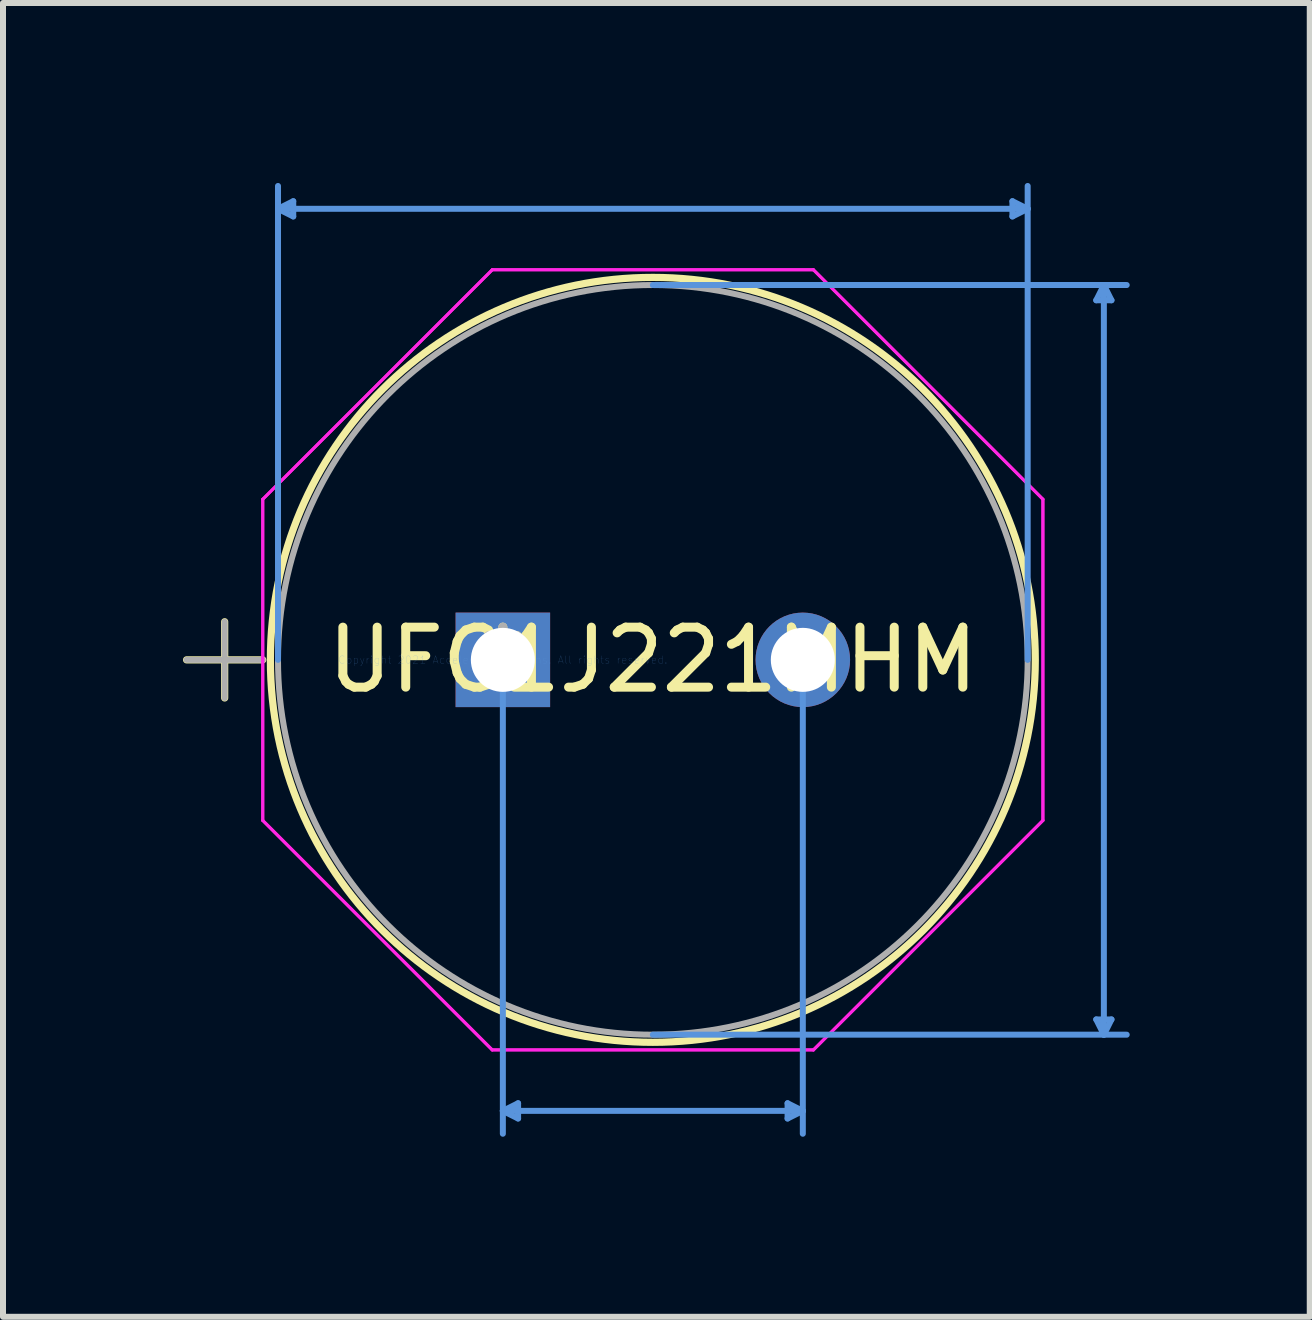
<source format=kicad_pcb>
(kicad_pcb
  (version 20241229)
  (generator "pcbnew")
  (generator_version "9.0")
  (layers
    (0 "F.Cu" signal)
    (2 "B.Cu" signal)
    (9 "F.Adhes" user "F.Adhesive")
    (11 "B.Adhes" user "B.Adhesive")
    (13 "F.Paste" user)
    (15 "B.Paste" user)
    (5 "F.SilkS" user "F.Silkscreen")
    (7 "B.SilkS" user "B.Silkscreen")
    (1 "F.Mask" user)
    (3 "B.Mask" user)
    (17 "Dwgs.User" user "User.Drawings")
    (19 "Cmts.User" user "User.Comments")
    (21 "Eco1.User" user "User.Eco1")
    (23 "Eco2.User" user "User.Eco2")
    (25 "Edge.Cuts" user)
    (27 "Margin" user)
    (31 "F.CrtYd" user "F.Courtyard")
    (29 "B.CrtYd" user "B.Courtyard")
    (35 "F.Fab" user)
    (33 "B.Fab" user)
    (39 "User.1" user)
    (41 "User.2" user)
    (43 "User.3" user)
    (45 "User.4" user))
  (footprint "UFG1J221MHM"
    (layer "F.Cu")
    (at 5.332 7.949)
    (property "Reference" "UFG1J221MHM" (at 2.5 0 0) (layer "F.SilkS") (effects (font (size 1 1) (thickness 0.15))))
    (attr through_hole)
    (fp_line (start -5.272 0) (end -4.002 0) (stroke (width 0.12) (type solid)) (layer "F.SilkS"))
    (fp_line (start -4.637 -0.635) (end -4.637 0.635) (stroke (width 0.12) (type solid)) (layer "F.SilkS"))
    (fp_circle (center 2.5 0) (end 8.875 0) (stroke (width 0.12) (type solid)) (fill no) (layer "F.SilkS"))
    (fp_line (start -3.748 -7.518) (end -3.494 -7.645) (stroke (width 0.1) (type solid)) (layer "Cmts.User"))
    (fp_line (start -3.748 -7.518) (end -3.494 -7.391) (stroke (width 0.1) (type solid)) (layer "Cmts.User"))
    (fp_line (start -3.748 -7.518) (end 8.748 -7.518) (stroke (width 0.1) (type solid)) (layer "Cmts.User"))
    (fp_line (start -3.748 0) (end -3.748 -7.899) (stroke (width 0.1) (type solid)) (layer "Cmts.User"))
    (fp_line (start -3.494 -7.645) (end -3.494 -7.391) (stroke (width 0.1) (type solid)) (layer "Cmts.User"))
    (fp_line (start 0 0) (end 0 7.899) (stroke (width 0.1) (type solid)) (layer "Cmts.User"))
    (fp_line (start 0 7.518) (end 0.254 7.391) (stroke (width 0.1) (type solid)) (layer "Cmts.User"))
    (fp_line (start 0 7.518) (end 0.254 7.645) (stroke (width 0.1) (type solid)) (layer "Cmts.User"))
    (fp_line (start 0 7.518) (end 5 7.518) (stroke (width 0.1) (type solid)) (layer "Cmts.User"))
    (fp_line (start 0.254 7.391) (end 0.254 7.645) (stroke (width 0.1) (type solid)) (layer "Cmts.User"))
    (fp_line (start 2.5 -6.248) (end 10.399 -6.248) (stroke (width 0.1) (type solid)) (layer "Cmts.User"))
    (fp_line (start 2.5 6.248) (end 10.399 6.248) (stroke (width 0.1) (type solid)) (layer "Cmts.User"))
    (fp_line (start 4.746 7.391) (end 4.746 7.645) (stroke (width 0.1) (type solid)) (layer "Cmts.User"))
    (fp_line (start 5 0) (end 5 7.899) (stroke (width 0.1) (type solid)) (layer "Cmts.User"))
    (fp_line (start 5 7.518) (end 4.746 7.391) (stroke (width 0.1) (type solid)) (layer "Cmts.User"))
    (fp_line (start 5 7.518) (end 4.746 7.645) (stroke (width 0.1) (type solid)) (layer "Cmts.User"))
    (fp_line (start 8.494 -7.645) (end 8.494 -7.391) (stroke (width 0.1) (type solid)) (layer "Cmts.User"))
    (fp_line (start 8.748 -7.518) (end 8.494 -7.645) (stroke (width 0.1) (type solid)) (layer "Cmts.User"))
    (fp_line (start 8.748 -7.518) (end 8.494 -7.391) (stroke (width 0.1) (type solid)) (layer "Cmts.User"))
    (fp_line (start 8.748 0) (end 8.748 -7.899) (stroke (width 0.1) (type solid)) (layer "Cmts.User"))
    (fp_line (start 9.891 -5.994) (end 10.145 -5.994) (stroke (width 0.1) (type solid)) (layer "Cmts.User"))
    (fp_line (start 9.891 5.994) (end 10.145 5.994) (stroke (width 0.1) (type solid)) (layer "Cmts.User"))
    (fp_line (start 10.018 -6.248) (end 9.891 -5.994) (stroke (width 0.1) (type solid)) (layer "Cmts.User"))
    (fp_line (start 10.018 -6.248) (end 10.018 6.248) (stroke (width 0.1) (type solid)) (layer "Cmts.User"))
    (fp_line (start 10.018 -6.248) (end 10.145 -5.994) (stroke (width 0.1) (type solid)) (layer "Cmts.User"))
    (fp_line (start 10.018 6.248) (end 9.891 5.994) (stroke (width 0.1) (type solid)) (layer "Cmts.User"))
    (fp_line (start 10.018 6.248) (end 10.145 5.994) (stroke (width 0.1) (type solid)) (layer "Cmts.User"))
    (fp_line (start -4.002 -2.677) (end -0.177 -6.502) (stroke (width 0.05) (type solid)) (layer "F.CrtYd"))
    (fp_line (start -4.002 -2.677) (end -0.177 -6.502) (stroke (width 0.05) (type solid)) (layer "F.CrtYd"))
    (fp_line (start -4.002 2.677) (end -4.002 -2.677) (stroke (width 0.05) (type solid)) (layer "F.CrtYd"))
    (fp_line (start -4.002 2.677) (end -4.002 -2.677) (stroke (width 0.05) (type solid)) (layer "F.CrtYd"))
    (fp_line (start -0.177 -6.502) (end 5.177 -6.502) (stroke (width 0.05) (type solid)) (layer "F.CrtYd"))
    (fp_line (start -0.177 -6.502) (end 5.177 -6.502) (stroke (width 0.05) (type solid)) (layer "F.CrtYd"))
    (fp_line (start -0.177 6.502) (end -4.002 2.677) (stroke (width 0.05) (type solid)) (layer "F.CrtYd"))
    (fp_line (start -0.177 6.502) (end -4.002 2.677) (stroke (width 0.05) (type solid)) (layer "F.CrtYd"))
    (fp_line (start 5.177 -6.502) (end 9.002 -2.677) (stroke (width 0.05) (type solid)) (layer "F.CrtYd"))
    (fp_line (start 5.177 -6.502) (end 9.002 -2.677) (stroke (width 0.05) (type solid)) (layer "F.CrtYd"))
    (fp_line (start 5.177 6.502) (end -0.177 6.502) (stroke (width 0.05) (type solid)) (layer "F.CrtYd"))
    (fp_line (start 5.177 6.502) (end -0.177 6.502) (stroke (width 0.05) (type solid)) (layer "F.CrtYd"))
    (fp_line (start 9.002 -2.677) (end 9.002 2.677) (stroke (width 0.05) (type solid)) (layer "F.CrtYd"))
    (fp_line (start 9.002 -2.677) (end 9.002 2.677) (stroke (width 0.05) (type solid)) (layer "F.CrtYd"))
    (fp_line (start 9.002 2.677) (end 5.177 6.502) (stroke (width 0.05) (type solid)) (layer "F.CrtYd"))
    (fp_line (start 9.002 2.677) (end 5.177 6.502) (stroke (width 0.05) (type solid)) (layer "F.CrtYd"))
    (fp_line (start -5.272 0) (end -4.002 0) (stroke (width 0.1) (type solid)) (layer "F.Fab"))
    (fp_line (start -4.637 -0.635) (end -4.637 0.635) (stroke (width 0.1) (type solid)) (layer "F.Fab"))
    (fp_circle (center 2.5 0) (end 8.748 0) (stroke (width 0.1) (type solid)) (fill no) (layer "F.Fab"))
    (fp_text user "*" (at 0 0 0) (layer "F.SilkS") (effects (font (size 1 1) (thickness 0.15))))
    (fp_text user "Copyright 2021 Accelerated Designs. All rights reserved." (at 0 0 0) (layer "Cmts.User") (effects (font (size 0.127 0.127) (thickness 0.002))))
    (fp_text user "*" (at 0 0 0) (layer "F.Fab") (effects (font (size 1 1) (thickness 0.15))))
    (pad "1" thru_hole rect (at 0 0) (size 1.575 1.575) (drill 1.067) (layers "*.Cu" "*.Mask"))
    (pad "2" thru_hole circle (at 5 0) (size 1.575 1.575) (drill 1.067) (layers "*.Cu" "*.Mask")))
  (gr_rect
    (start -3 -3)
    (end 18.782 18.899)
    (stroke (width 0.1) (type default))
    (fill no)
    (layer "Edge.Cuts")))
</source>
